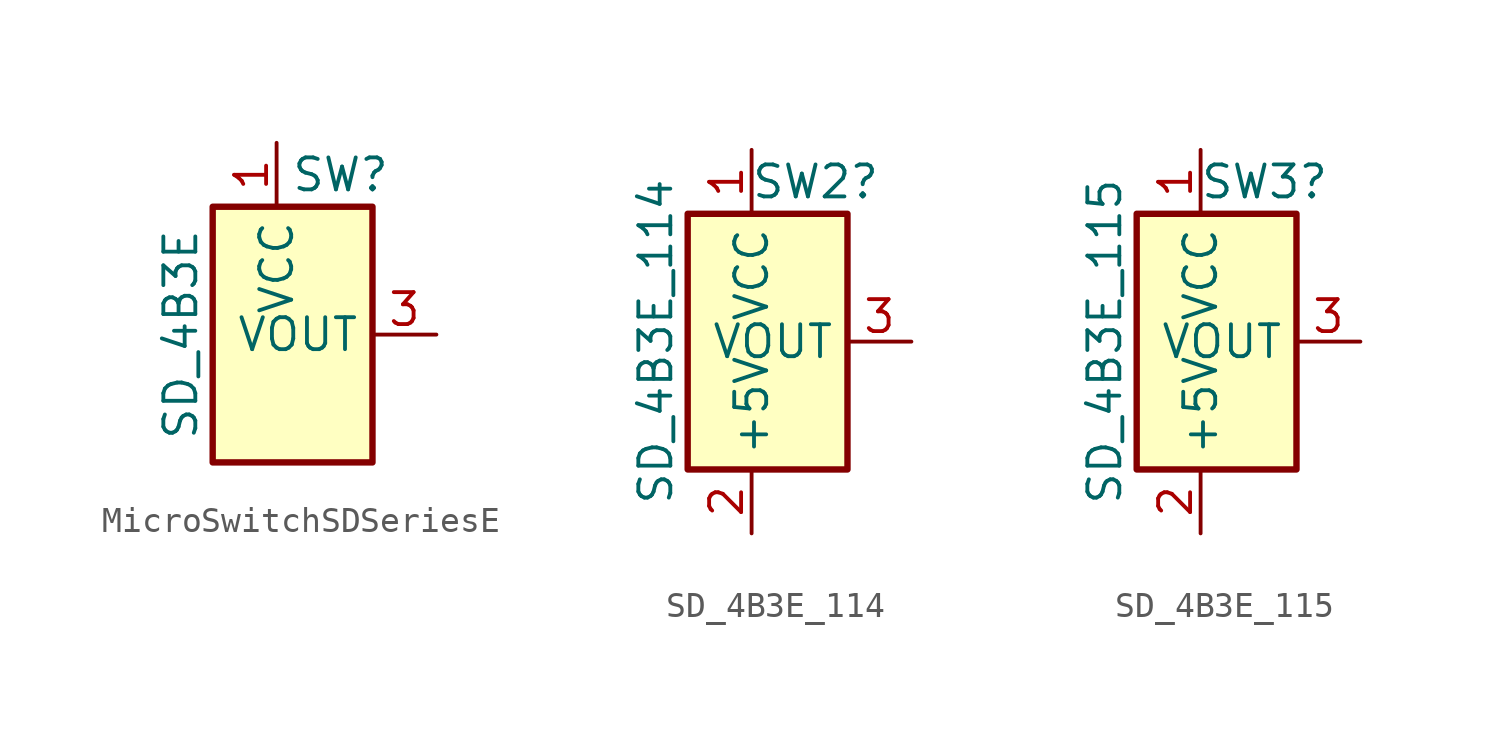
<source format=kicad_sym>
(kicad_symbol_lib
  (version 20211014)
  (generator kicad_symbol_editor)
  (symbol "MicroSwitchSDSeriesE"
    (property "Reference" "SW"
      (at 2.54 6.35 0)
      (effects (font (size 1.27 1.27))))
    (property "Value" "SD_4B3E"
      (at -3.81 0 90)
      (effects (font (size 1.27 1.27))))
    (symbol "MicroSwitchSDSeriesE_0_1"
      (rectangle (start -2.54 5.08) (end 3.81 -5.08) (stroke (width 0.254) (type default) (color 0 0 0 0)) (fill (type background))))
    (symbol "MicroSwitchSDSeriesE_1_1"
      (pin power_in line (at 0 7.62 270) (length 2.54) (name "VCC" (effects (font (size 1.27 1.27)))) (number "1" (effects (font (size 1.27 1.27)))))
      (pin output line (at 6.35 0 180) (length 2.54) (name "VOUT" (effects (font (size 1.27 1.27)))) (number "3" (effects (font (size 1.27 1.27)))))))
  (symbol "SD_4B3E_114"
    (property "Reference" "SW2"
      (at 2.54 6.35 0)
      (effects (font (size 1.27 1.27))))
    (property "Value" "SD_4B3E_114"
      (at -3.81 0 90)
      (effects (font (size 1.27 1.27))))
    (symbol "SD_4B3E_114_0_1"
      (rectangle (start -2.54 5.08) (end 3.81 -5.08) (stroke (width 0.254) (type default) (color 0 0 0 0)) (fill (type background))))
    (symbol "SD_4B3E_114_1_1"
      (pin power_in line (at 0 7.62 270) (length 2.54) (name "VCC" (effects (font (size 1.27 1.27)))) (number "1" (effects (font (size 1.27 1.27)))))
      (pin power_in line (at 0 -7.62 90) (length 2.54) (name "+5V" (effects (font (size 1.27 1.27)))) (number "2" (effects (font (size 1.27 1.27)))))
      (pin output line (at 6.35 0 180) (length 2.54) (name "VOUT" (effects (font (size 1.27 1.27)))) (number "3" (effects (font (size 1.27 1.27)))))))
  (symbol "SD_4B3E_115"
    (property "Reference" "SW3"
      (at 2.54 6.35 0)
      (effects (font (size 1.27 1.27))))
    (property "Value" "SD_4B3E_115"
      (at -3.81 0 90)
      (effects (font (size 1.27 1.27))))
    (symbol "SD_4B3E_115_0_1"
      (rectangle (start -2.54 5.08) (end 3.81 -5.08) (stroke (width 0.254) (type default) (color 0 0 0 0)) (fill (type background))))
    (symbol "SD_4B3E_115_1_1"
      (pin power_in line (at 0 7.62 270) (length 2.54) (name "VCC" (effects (font (size 1.27 1.27)))) (number "1" (effects (font (size 1.27 1.27)))))
      (pin power_in line (at 0 -7.62 90) (length 2.54) (name "+5V" (effects (font (size 1.27 1.27)))) (number "2" (effects (font (size 1.27 1.27)))))
      (pin output line (at 6.35 0 180) (length 2.54) (name "VOUT" (effects (font (size 1.27 1.27)))) (number "3" (effects (font (size 1.27 1.27))))))))
</source>
